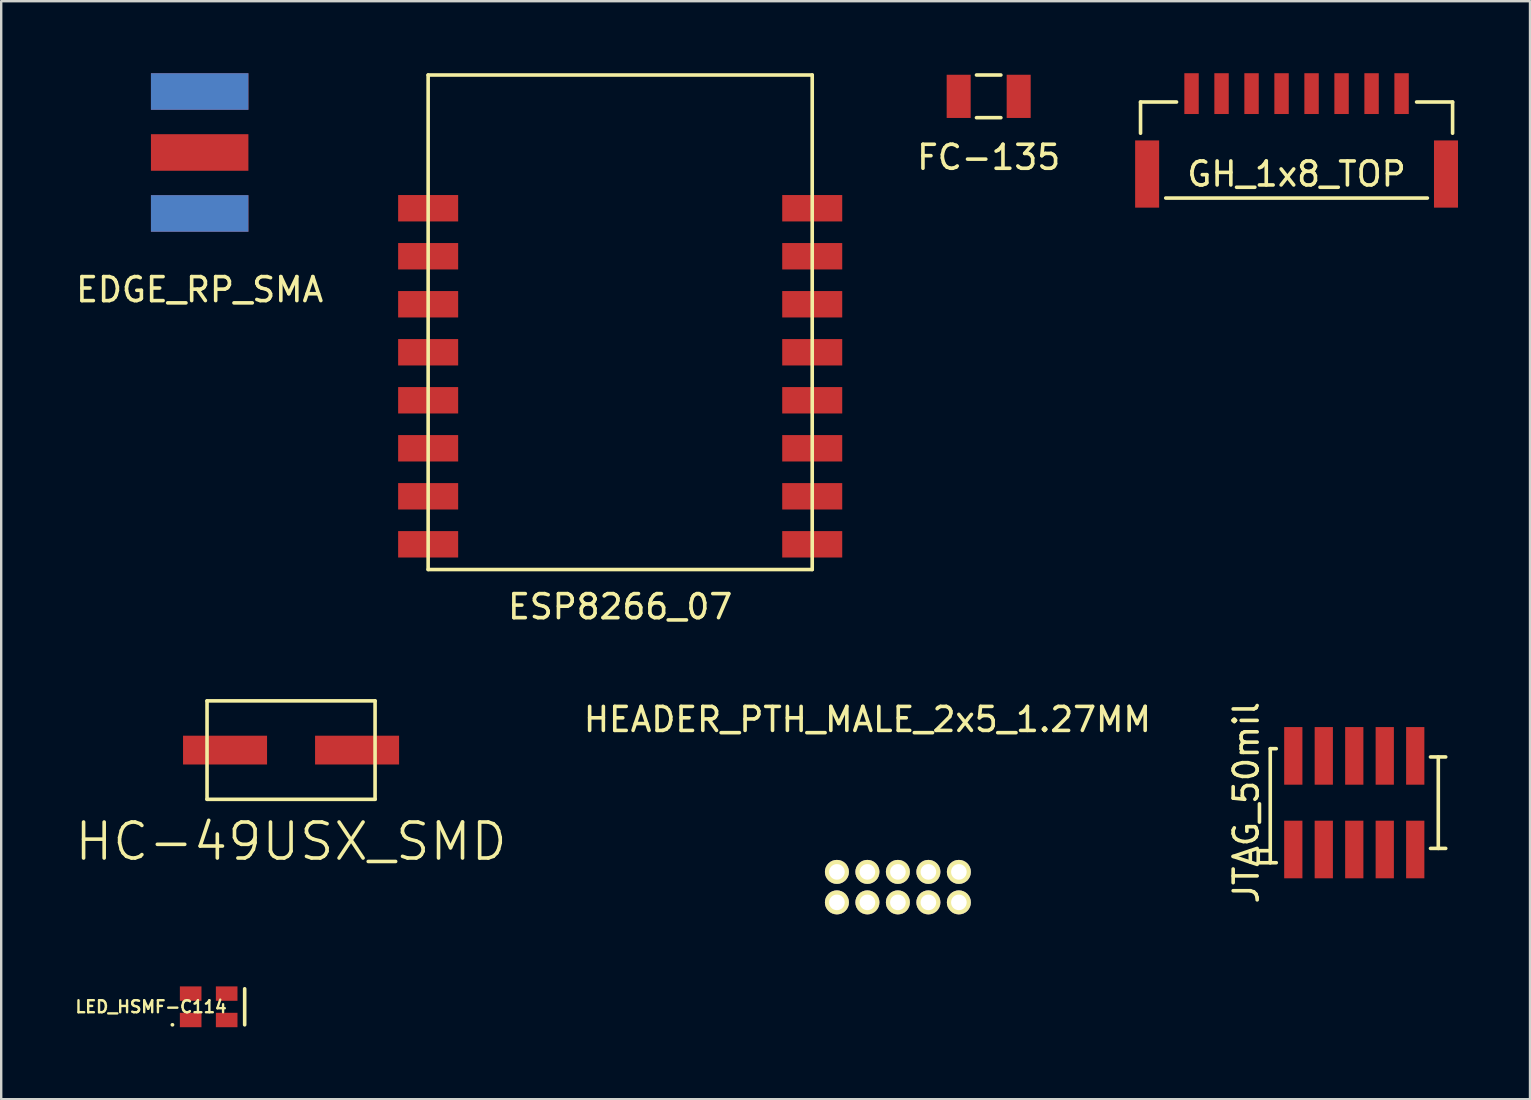
<source format=kicad_pcb>
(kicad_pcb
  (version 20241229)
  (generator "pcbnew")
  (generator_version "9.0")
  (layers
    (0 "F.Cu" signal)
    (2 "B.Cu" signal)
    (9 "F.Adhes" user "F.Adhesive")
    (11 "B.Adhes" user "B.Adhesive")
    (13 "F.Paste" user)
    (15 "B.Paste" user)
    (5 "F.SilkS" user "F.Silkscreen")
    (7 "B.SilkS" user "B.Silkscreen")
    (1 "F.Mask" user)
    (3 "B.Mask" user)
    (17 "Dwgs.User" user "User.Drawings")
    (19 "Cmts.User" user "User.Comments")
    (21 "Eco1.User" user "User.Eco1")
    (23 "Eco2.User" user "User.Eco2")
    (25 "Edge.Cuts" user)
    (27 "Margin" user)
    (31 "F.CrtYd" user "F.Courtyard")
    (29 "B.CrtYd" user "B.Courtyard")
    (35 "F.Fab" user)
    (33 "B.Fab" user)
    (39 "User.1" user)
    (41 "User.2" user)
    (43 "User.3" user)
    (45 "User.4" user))
  (footprint "ESP8266_07"
    (layer "F.Cu")
    (at 22.786 12.625)
    (property "Reference" "ESP8266_07" (at 0 9.6 0) (layer "F.SilkS") (effects (font (size 1 1) (thickness 0.15))))
    (attr through_hole)
    (fp_line (start -8 -12.55) (end -8 8.05) (stroke (width 0.15) (type solid)) (layer "F.SilkS"))
    (fp_line (start -8 8.05) (end 8 8.05) (stroke (width 0.15) (type solid)) (layer "F.SilkS"))
    (fp_line (start 8 -12.55) (end -8 -12.55) (stroke (width 0.15) (type solid)) (layer "F.SilkS"))
    (fp_line (start 8 8.05) (end 8 -12.55) (stroke (width 0.15) (type solid)) (layer "F.SilkS"))
    (pad "1" smd rect (at -8 -7) (size 2.5 1.1) (layers "F.Cu" "F.Mask" "F.Paste"))
    (pad "2" smd rect (at -8 -5) (size 2.5 1.1) (layers "F.Cu" "F.Mask" "F.Paste"))
    (pad "3" smd rect (at -8 -3) (size 2.5 1.1) (layers "F.Cu" "F.Mask" "F.Paste"))
    (pad "4" smd rect (at -8 -1) (size 2.5 1.1) (layers "F.Cu" "F.Mask" "F.Paste"))
    (pad "5" smd rect (at -8 1) (size 2.5 1.1) (layers "F.Cu" "F.Mask" "F.Paste"))
    (pad "6" smd rect (at -8 3) (size 2.5 1.1) (layers "F.Cu" "F.Mask" "F.Paste"))
    (pad "7" smd rect (at -8 5) (size 2.5 1.1) (layers "F.Cu" "F.Mask" "F.Paste"))
    (pad "8" smd rect (at -8 7) (size 2.5 1.1) (layers "F.Cu" "F.Mask" "F.Paste"))
    (pad "9" smd rect (at 8 7) (size 2.5 1.1) (layers "F.Cu" "F.Mask" "F.Paste"))
    (pad "10" smd rect (at 8 5) (size 2.5 1.1) (layers "F.Cu" "F.Mask" "F.Paste"))
    (pad "11" smd rect (at 8 3) (size 2.5 1.1) (layers "F.Cu" "F.Mask" "F.Paste"))
    (pad "12" smd rect (at 8 1) (size 2.5 1.1) (layers "F.Cu" "F.Mask" "F.Paste"))
    (pad "13" smd rect (at 8 -1) (size 2.5 1.1) (layers "F.Cu" "F.Mask" "F.Paste"))
    (pad "14" smd rect (at 8 -3) (size 2.5 1.1) (layers "F.Cu" "F.Mask" "F.Paste"))
    (pad "15" smd rect (at 8 -5) (size 2.5 1.1) (layers "F.Cu" "F.Mask" "F.Paste"))
    (pad "16" smd rect (at 8 -7) (size 2.5 1.1) (layers "F.Cu" "F.Mask" "F.Paste")))
  (footprint "GH_1x8_TOP"
    (layer "F.Cu")
    (at 50.963 4.2)
    (property "Reference" "GH_1x8_TOP" (at 0 0 0) (layer "F.SilkS") (effects (font (size 1 1) (thickness 0.15))))
    (attr through_hole)
    (fp_line (start -6.5 -3) (end -6.5 -1.7) (stroke (width 0.15) (type solid)) (layer "F.SilkS"))
    (fp_line (start -5.45 1) (end 5.45 1) (stroke (width 0.15) (type solid)) (layer "F.SilkS"))
    (fp_line (start -5 -3) (end -6.5 -3) (stroke (width 0.15) (type solid)) (layer "F.SilkS"))
    (fp_line (start 5 -3) (end 6.5 -3) (stroke (width 0.15) (type solid)) (layer "F.SilkS"))
    (fp_line (start 6.5 -3) (end 6.5 -1.7) (stroke (width 0.15) (type solid)) (layer "F.SilkS"))
    (pad "1" smd rect (at 4.375 -3.35) (size 0.6 1.7) (layers "F.Cu" "F.Mask" "F.Paste"))
    (pad "2" smd rect (at 3.125 -3.35) (size 0.6 1.7) (layers "F.Cu" "F.Mask" "F.Paste"))
    (pad "3" smd rect (at 1.875 -3.35) (size 0.6 1.7) (layers "F.Cu" "F.Mask" "F.Paste"))
    (pad "4" smd rect (at 0.625 -3.35) (size 0.6 1.7) (layers "F.Cu" "F.Mask" "F.Paste"))
    (pad "5" smd rect (at -0.625 -3.35) (size 0.6 1.7) (layers "F.Cu" "F.Mask" "F.Paste"))
    (pad "6" smd rect (at -1.875 -3.35) (size 0.6 1.7) (layers "F.Cu" "F.Mask" "F.Paste"))
    (pad "7" smd rect (at -3.125 -3.35) (size 0.6 1.7) (layers "F.Cu" "F.Mask" "F.Paste"))
    (pad "8" smd rect (at -4.375 -3.35) (size 0.6 1.7) (layers "F.Cu" "F.Mask" "F.Paste"))
    (pad "MECH" smd rect (at -6.225 0) (size 1 2.8) (layers "F.Cu" "F.Mask" "F.Paste"))
    (pad "MECH" smd rect (at 6.225 0) (size 1 2.8) (layers "F.Cu" "F.Mask" "F.Paste")))
  (footprint "JTAG_50mil"
    (layer "F.Cu")
    (at 53.367 30.389)
    (property "Reference" "JTAG_50mil" (at -4.5 0 90) (layer "F.SilkS") (effects (font (size 1 1) (thickness 0.15))))
    (attr through_hole)
    (fp_line (start -4 2) (end -4 2.5) (stroke (width 0.15) (type solid)) (layer "F.SilkS"))
    (fp_line (start -3.5 -2.25) (end -3.5 2.5) (stroke (width 0.15) (type solid)) (layer "F.SilkS"))
    (fp_line (start -3.5 -2.25) (end -3.25 -2.25) (stroke (width 0.15) (type solid)) (layer "F.SilkS"))
    (fp_line (start -3.5 2) (end -4 2) (stroke (width 0.15) (type solid)) (layer "F.SilkS"))
    (fp_line (start -3.5 2.5) (end -4 2.5) (stroke (width 0.15) (type solid)) (layer "F.SilkS"))
    (fp_line (start -3.5 2.5) (end -3.25 2.5) (stroke (width 0.15) (type solid)) (layer "F.SilkS"))
    (fp_line (start 3.175 -1.905) (end 3.81 -1.905) (stroke (width 0.15) (type solid)) (layer "F.SilkS"))
    (fp_line (start 3.5 -1.905) (end 3.5 1.905) (stroke (width 0.15) (type solid)) (layer "F.SilkS"))
    (fp_line (start 3.81 1.905) (end 3.175 1.905) (stroke (width 0.15) (type solid)) (layer "F.SilkS"))
    (pad "1" smd rect (at -2.54 1.95) (size 0.76 2.4) (layers "F.Cu" "F.Mask" "F.Paste"))
    (pad "2" smd rect (at -2.54 -1.95) (size 0.76 2.4) (layers "F.Cu" "F.Mask" "F.Paste"))
    (pad "3" smd rect (at -1.27 1.95) (size 0.76 2.4) (layers "F.Cu" "F.Mask" "F.Paste"))
    (pad "4" smd rect (at -1.27 -1.95) (size 0.76 2.4) (layers "F.Cu" "F.Mask" "F.Paste"))
    (pad "5" smd rect (at 0 1.95) (size 0.76 2.4) (layers "F.Cu" "F.Mask" "F.Paste"))
    (pad "6" smd rect (at 0 -1.95) (size 0.76 2.4) (layers "F.Cu" "F.Mask" "F.Paste"))
    (pad "7" smd rect (at 1.27 1.95) (size 0.76 2.4) (layers "F.Cu" "F.Mask" "F.Paste"))
    (pad "8" smd rect (at 1.27 -1.95) (size 0.76 2.4) (layers "F.Cu" "F.Mask" "F.Paste"))
    (pad "9" smd rect (at 2.54 1.95) (size 0.76 2.4) (layers "F.Cu" "F.Mask" "F.Paste"))
    (pad "10" smd rect (at 2.54 -1.95) (size 0.76 2.4) (layers "F.Cu" "F.Mask" "F.Paste")))
  (footprint "FC-135"
    (layer "F.Cu")
    (at 38.137 0.964)
    (property "Reference" "FC-135" (at 0 2.54 0) (layer "F.SilkS") (effects (font (size 1 1) (thickness 0.15))))
    (attr through_hole)
    (fp_line (start -0.508 -0.889) (end 0.508 -0.889) (stroke (width 0.15) (type solid)) (layer "F.SilkS"))
    (fp_line (start -0.508 0.889) (end 0.508 0.889) (stroke (width 0.15) (type solid)) (layer "F.SilkS"))
    (pad "1" smd rect (at 1.25 0) (size 1 1.8) (layers "F.Cu" "F.Mask" "F.Paste"))
    (pad "2" smd rect (at -1.25 0) (size 1 1.8) (layers "F.Cu" "F.Mask" "F.Paste")))
  (footprint "HEADER_PTH_MALE_2x5_1.27MM"
    (layer "F.Cu")
    (at 34.355 33.272)
    (property "Reference" "HEADER_PTH_MALE_2x5_1.27MM" (at -1.27 -6.35 0) (layer "F.SilkS") (effects (font (size 1 1) (thickness 0.15))))
    (attr through_hole)
    (pad "1" thru_hole circle (at -2.54 1.27) (size 1 1) (drill 0.65) (layers "*.Cu" "*.Mask" "F.SilkS"))
    (pad "2" thru_hole circle (at -2.54 0) (size 1 1) (drill 0.65) (layers "*.Cu" "*.Mask" "F.SilkS"))
    (pad "3" thru_hole circle (at -1.27 1.27) (size 1 1) (drill 0.65) (layers "*.Cu" "*.Mask" "F.SilkS"))
    (pad "4" thru_hole circle (at -1.27 0) (size 1 1) (drill 0.65) (layers "*.Cu" "*.Mask" "F.SilkS"))
    (pad "5" thru_hole circle (at 0 1.27) (size 1 1) (drill 0.65) (layers "*.Cu" "*.Mask" "F.SilkS"))
    (pad "6" thru_hole circle (at 0 0) (size 1 1) (drill 0.65) (layers "*.Cu" "*.Mask" "F.SilkS"))
    (pad "7" thru_hole circle (at 1.27 1.27) (size 1 1) (drill 0.65) (layers "*.Cu" "*.Mask" "F.SilkS"))
    (pad "8" thru_hole circle (at 1.27 0) (size 1 1) (drill 0.65) (layers "*.Cu" "*.Mask" "F.SilkS"))
    (pad "9" thru_hole circle (at 2.54 1.27) (size 1 1) (drill 0.65) (layers "*.Cu" "*.Mask" "F.SilkS"))
    (pad "10" thru_hole circle (at 2.54 0) (size 1 1) (drill 0.65) (layers "*.Cu" "*.Mask" "F.SilkS")))
  (footprint "EDGE_RP_SMA"
    (layer "F.Cu")
    (at 5.268 3.302)
    (property "Reference" "EDGE_RP_SMA" (at 0 5.715 0) (layer "F.SilkS") (effects (font (size 1 1) (thickness 0.15))))
    (attr through_hole)
    (pad "1" smd rect (at 0 0) (size 4.06 1.524) (layers "F.Cu" "F.Mask" "F.Paste"))
    (pad "2" smd rect (at 0 -2.54) (size 4.06 1.524) (layers "F.Cu" "F.Mask" "F.Paste"))
    (pad "2" smd rect (at 0 -2.54) (size 4.06 1.524) (layers "F.Mask" "B.Cu" "F.Paste"))
    (pad "2" smd rect (at 0 2.54) (size 4.06 1.524) (layers "F.Cu" "F.Mask" "F.Paste"))
    (pad "2" smd rect (at 0 2.54) (size 4.06 1.524) (layers "F.Mask" "B.Cu" "F.Paste")))
  (footprint "HC-49USX_SMD"
    (layer "F.Cu")
    (at 9.075 28.198)
    (property "Reference" "HC-49USX_SMD" (at 0 3.81 0) (layer "F.SilkS") (effects (font (size 1.5 1.5) (thickness 0.15))))
    (attr through_hole)
    (fp_line (start -3.5 -2.05) (end 3.5 -2.05) (stroke (width 0.15) (type solid)) (layer "F.SilkS"))
    (fp_line (start -3.5 2.05) (end -3.5 -2.05) (stroke (width 0.15) (type solid)) (layer "F.SilkS"))
    (fp_line (start 3.5 -2.05) (end 3.5 2.05) (stroke (width 0.15) (type solid)) (layer "F.SilkS"))
    (fp_line (start 3.5 2.05) (end -3.5 2.05) (stroke (width 0.15) (type solid)) (layer "F.SilkS"))
    (pad "1" smd rect (at 2.75 0) (size 3.5 1.2) (layers "F.Cu" "F.Mask" "F.Paste"))
    (pad "2" smd rect (at -2.75 0) (size 3.5 1.2) (layers "F.Cu" "F.Mask" "F.Paste")))
  (footprint "LED_HSMF-C114"
    (layer "F.Cu")
    (at 5.643 38.892)
    (property "Reference" "LED_HSMF-C114" (at -2.4 0 0) (layer "F.SilkS") (effects (font (size 0.5 0.5) (thickness 0.1))))
    (attr through_hole)
    (fp_line (start -1.505 0.75) (end -1.515 0.75) (stroke (width 0.15) (type solid)) (layer "F.SilkS"))
    (fp_line (start 1.5 0.75) (end 1.5 -0.75) (stroke (width 0.15) (type solid)) (layer "F.SilkS"))
    (pad "1" smd rect (at -0.75 0.55) (size 0.9 0.6) (layers "F.Cu" "F.Mask" "F.Paste"))
    (pad "2" smd rect (at -0.75 -0.55) (size 0.9 0.6) (layers "F.Cu" "F.Mask" "F.Paste"))
    (pad "3" smd rect (at 0.75 -0.55) (size 0.9 0.6) (layers "F.Cu" "F.Mask" "F.Paste"))
    (pad "4" smd rect (at 0.75 0.55) (size 0.9 0.6) (layers "F.Cu" "F.Mask" "F.Paste")))
  (gr_rect
    (start -3 -3)
    (end 60.688 42.742)
    (stroke (width 0.1) (type default))
    (fill no)
    (layer "Edge.Cuts")))
</source>
